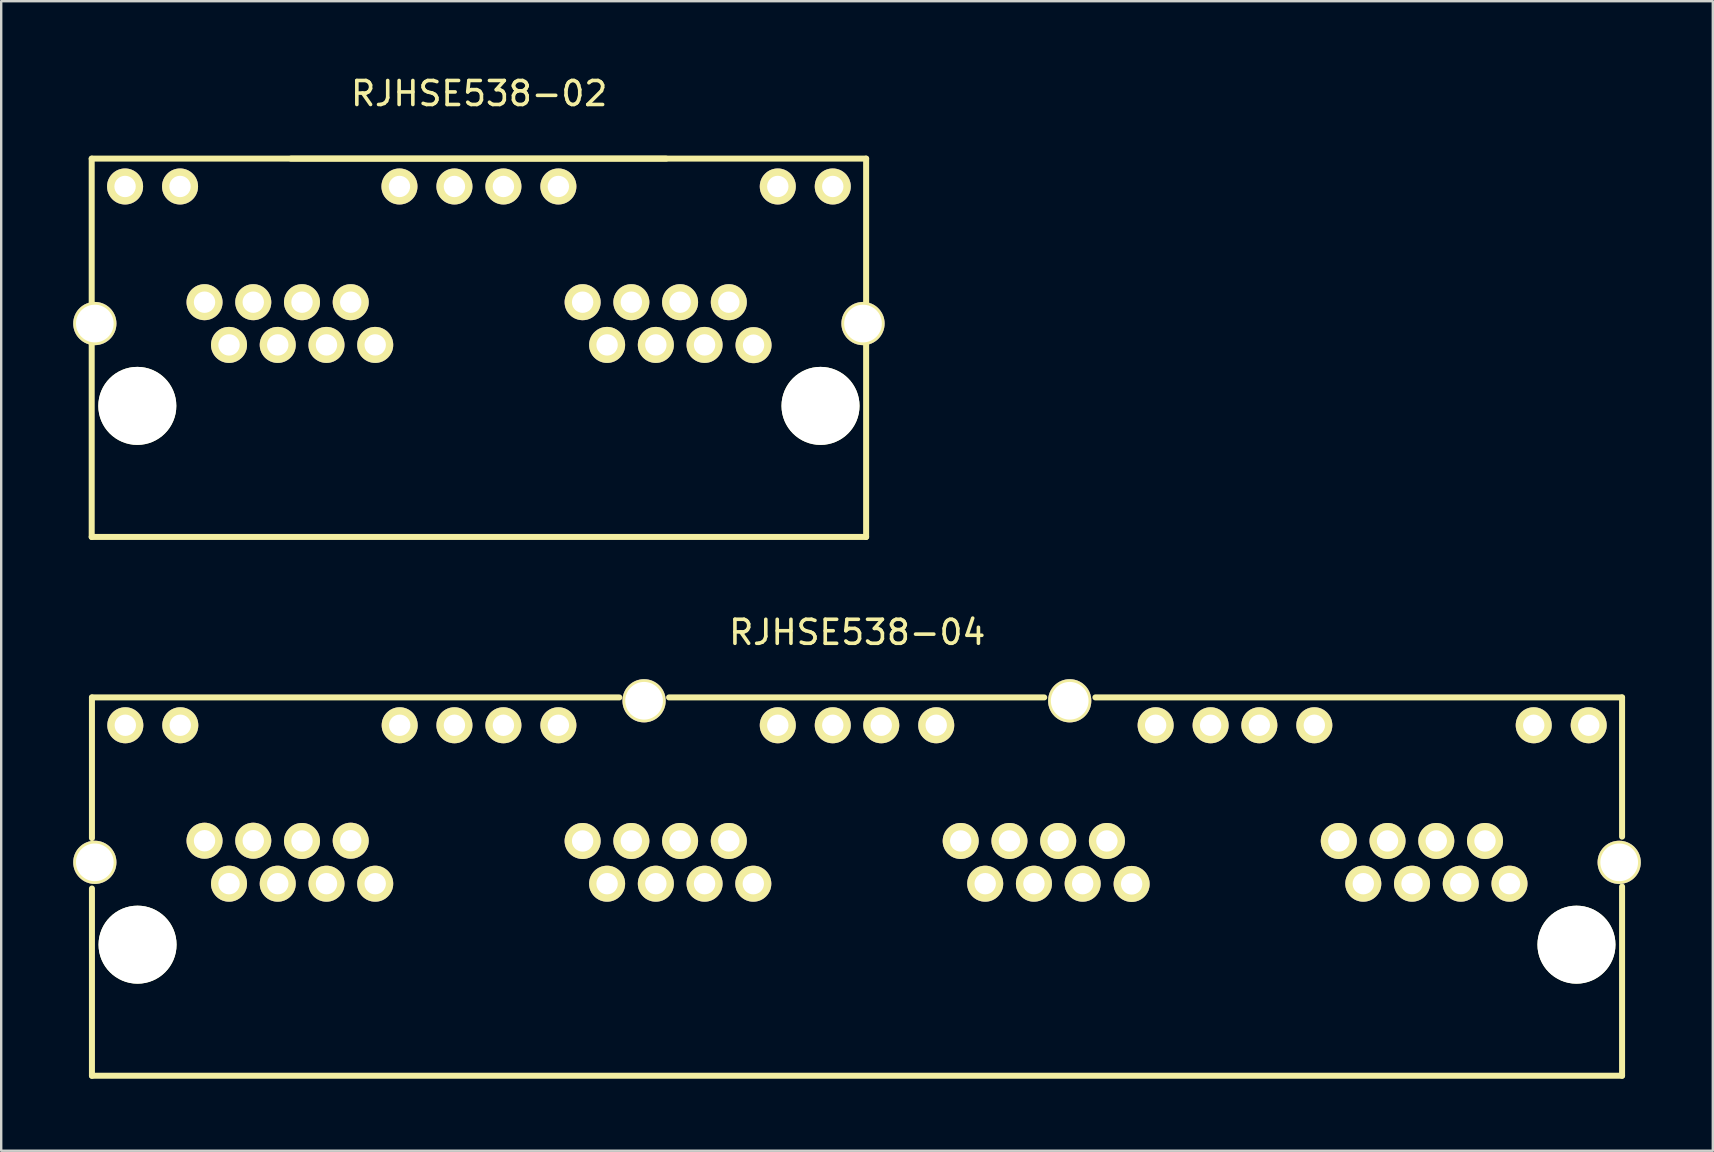
<source format=kicad_pcb>
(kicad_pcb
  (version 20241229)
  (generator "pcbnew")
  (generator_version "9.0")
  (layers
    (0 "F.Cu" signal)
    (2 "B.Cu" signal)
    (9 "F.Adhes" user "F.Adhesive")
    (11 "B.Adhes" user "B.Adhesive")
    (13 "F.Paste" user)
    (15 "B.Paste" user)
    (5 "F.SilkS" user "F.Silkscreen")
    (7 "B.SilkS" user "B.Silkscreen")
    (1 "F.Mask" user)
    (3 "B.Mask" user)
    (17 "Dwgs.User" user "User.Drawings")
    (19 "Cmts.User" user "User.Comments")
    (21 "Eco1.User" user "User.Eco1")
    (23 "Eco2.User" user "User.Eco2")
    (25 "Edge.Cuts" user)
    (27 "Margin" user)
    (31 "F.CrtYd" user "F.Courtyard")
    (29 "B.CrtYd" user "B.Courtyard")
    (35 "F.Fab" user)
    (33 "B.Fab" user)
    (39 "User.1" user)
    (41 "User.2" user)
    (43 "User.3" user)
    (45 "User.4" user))
  (footprint "RJHSE538-04"
    (layer "F.Cu")
    (at 32.65 33.882)
    (property "Reference" "RJHSE538-04" (at 0.01 -10.59 0) (layer "F.SilkS") (effects (font (size 1 1) (thickness 0.15))))
    (attr through_hole)
    (fp_line (start -31.87 -7.88) (end -9.9 -7.88) (stroke (width 0.25) (type solid)) (layer "F.SilkS"))
    (fp_line (start -31.87 -2.02) (end -31.87 -7.88) (stroke (width 0.25) (type solid)) (layer "F.SilkS"))
    (fp_line (start -31.87 7.88) (end -31.87 0.08) (stroke (width 0.25) (type solid)) (layer "F.SilkS"))
    (fp_line (start -31.87 7.88) (end 31.87 7.88) (stroke (width 0.12) (type solid)) (layer "F.SilkS"))
    (fp_line (start -7.83 -7.88) (end 7.8 -7.88) (stroke (width 0.25) (type solid)) (layer "F.SilkS"))
    (fp_line (start 9.93 -7.88) (end 31.87 -7.88) (stroke (width 0.25) (type solid)) (layer "F.SilkS"))
    (fp_line (start 31.87 -7.88) (end 31.87 -2.08) (stroke (width 0.25) (type solid)) (layer "F.SilkS"))
    (fp_line (start 31.87 0) (end 31.87 7.88) (stroke (width 0.25) (type solid)) (layer "F.SilkS"))
    (fp_line (start 31.87 7.88) (end -31.87 7.88) (stroke (width 0.25) (type solid)) (layer "F.SilkS"))
    (pad "" np_thru_hole circle (at -29.97 2.42) (size 3.25 3.25) (drill 3.25) (layers "*.Cu" "*.Mask" "F.SilkS"))
    (pad "" np_thru_hole circle (at 29.97 2.42) (size 3.25 3.25) (drill 3.25) (layers "*.Cu" "*.Mask" "F.SilkS"))
    (pad "1" thru_hole circle (at 27.18 -0.12) (size 1.5 1.5) (drill 0.89) (layers "*.Cu" "*.Mask" "F.SilkS"))
    (pad "2" thru_hole circle (at 26.16 -1.9) (size 1.5 1.5) (drill 0.89) (layers "*.Cu" "*.Mask" "F.SilkS"))
    (pad "3" thru_hole circle (at 25.15 -0.12) (size 1.5 1.5) (drill 0.89) (layers "*.Cu" "*.Mask" "F.SilkS"))
    (pad "4" thru_hole circle (at 24.13 -1.9) (size 1.5 1.5) (drill 0.89) (layers "*.Cu" "*.Mask" "F.SilkS"))
    (pad "5" thru_hole circle (at 23.12 -0.12) (size 1.5 1.5) (drill 0.89) (layers "*.Cu" "*.Mask" "F.SilkS"))
    (pad "6" thru_hole circle (at 22.1 -1.9) (size 1.5 1.5) (drill 0.89) (layers "*.Cu" "*.Mask" "F.SilkS"))
    (pad "7" thru_hole circle (at 21.09 -0.12) (size 1.5 1.5) (drill 0.89) (layers "*.Cu" "*.Mask" "F.SilkS"))
    (pad "8" thru_hole circle (at 20.07 -1.9) (size 1.5 1.5) (drill 0.89) (layers "*.Cu" "*.Mask" "F.SilkS"))
    (pad "11" thru_hole circle (at 11.44 -0.11) (size 1.5 1.5) (drill 0.89) (layers "*.Cu" "*.Mask" "F.SilkS"))
    (pad "12" thru_hole circle (at 10.41 -1.9) (size 1.5 1.5) (drill 0.89) (layers "*.Cu" "*.Mask" "F.SilkS"))
    (pad "13" thru_hole circle (at 9.4 -0.12) (size 1.5 1.5) (drill 0.89) (layers "*.Cu" "*.Mask" "F.SilkS"))
    (pad "14" thru_hole circle (at 8.38 -1.9) (size 1.5 1.5) (drill 0.89) (layers "*.Cu" "*.Mask" "F.SilkS"))
    (pad "15" thru_hole circle (at 7.37 -0.12) (size 1.5 1.5) (drill 0.89) (layers "*.Cu" "*.Mask" "F.SilkS"))
    (pad "16" thru_hole circle (at 6.35 -1.9) (size 1.5 1.5) (drill 0.89) (layers "*.Cu" "*.Mask" "F.SilkS"))
    (pad "17" thru_hole circle (at 5.34 -0.12) (size 1.5 1.5) (drill 0.89) (layers "*.Cu" "*.Mask" "F.SilkS"))
    (pad "18" thru_hole circle (at 4.32 -1.9) (size 1.5 1.5) (drill 0.89) (layers "*.Cu" "*.Mask" "F.SilkS"))
    (pad "19" thru_hole circle (at 14.73 -6.72) (size 1.5 1.5) (drill 0.89) (layers "*.Cu" "*.Mask" "F.SilkS"))
    (pad "21" thru_hole circle (at -4.32 -0.12) (size 1.5 1.5) (drill 0.89) (layers "*.Cu" "*.Mask" "F.SilkS"))
    (pad "22" thru_hole circle (at -5.34 -1.9) (size 1.5 1.5) (drill 0.89) (layers "*.Cu" "*.Mask" "F.SilkS"))
    (pad "23" thru_hole circle (at -6.35 -0.12) (size 1.5 1.5) (drill 0.89) (layers "*.Cu" "*.Mask" "F.SilkS"))
    (pad "24" thru_hole circle (at -7.37 -1.9) (size 1.5 1.5) (drill 0.89) (layers "*.Cu" "*.Mask" "F.SilkS"))
    (pad "25" thru_hole circle (at -8.38 -0.12) (size 1.5 1.5) (drill 0.89) (layers "*.Cu" "*.Mask" "F.SilkS"))
    (pad "26" thru_hole circle (at -9.4 -1.9) (size 1.5 1.5) (drill 0.89) (layers "*.Cu" "*.Mask" "F.SilkS"))
    (pad "27" thru_hole circle (at -10.41 -0.12) (size 1.5 1.5) (drill 0.89) (layers "*.Cu" "*.Mask" "F.SilkS"))
    (pad "28" thru_hole circle (at -11.43 -1.9) (size 1.5 1.5) (drill 0.89) (layers "*.Cu" "*.Mask" "F.SilkS"))
    (pad "29" thru_hole circle (at -1.01 -6.72) (size 1.5 1.5) (drill 0.89) (layers "*.Cu" "*.Mask" "F.SilkS"))
    (pad "31" thru_hole circle (at -20.07 -0.12) (size 1.5 1.5) (drill 0.89) (layers "*.Cu" "*.Mask" "F.SilkS"))
    (pad "32" thru_hole circle (at -21.09 -1.91) (size 1.5 1.5) (drill 0.89) (layers "*.Cu" "*.Mask" "F.SilkS"))
    (pad "33" thru_hole circle (at -22.1 -0.12) (size 1.5 1.5) (drill 0.89) (layers "*.Cu" "*.Mask" "F.SilkS"))
    (pad "34" thru_hole circle (at -23.12 -1.9) (size 1.5 1.5) (drill 0.89) (layers "*.Cu" "*.Mask" "F.SilkS"))
    (pad "35" thru_hole circle (at -24.13 -0.12) (size 1.5 1.5) (drill 0.89) (layers "*.Cu" "*.Mask" "F.SilkS"))
    (pad "36" thru_hole circle (at -25.15 -1.91) (size 1.5 1.5) (drill 0.89) (layers "*.Cu" "*.Mask" "F.SilkS"))
    (pad "37" thru_hole circle (at -26.16 -0.12) (size 1.5 1.5) (drill 0.89) (layers "*.Cu" "*.Mask" "F.SilkS"))
    (pad "38" thru_hole circle (at -27.18 -1.91) (size 1.5 1.5) (drill 0.89) (layers "*.Cu" "*.Mask" "F.SilkS"))
    (pad "39" thru_hole circle (at -16.77 -6.72) (size 1.5 1.5) (drill 0.89) (layers "*.Cu" "*.Mask" "F.SilkS"))
    (pad "41" thru_hole circle (at 31.75 -1.01) (size 1.8 1.8) (drill 1.57) (layers "*.Cu" "*.Mask" "F.SilkS"))
    (pad "42" thru_hole circle (at 8.86 -7.74) (size 1.8 1.8) (drill 1.57) (layers "*.Cu" "*.Mask" "F.SilkS"))
    (pad "43" thru_hole circle (at -8.87 -7.74) (size 1.8 1.8) (drill 1.57) (layers "*.Cu" "*.Mask" "F.SilkS"))
    (pad "44" thru_hole circle (at -31.75 -1.01) (size 1.8 1.8) (drill 1.57) (layers "*.Cu" "*.Mask" "F.SilkS"))
    (pad "110" thru_hole circle (at 12.44 -6.72) (size 1.5 1.5) (drill 0.89) (layers "*.Cu" "*.Mask" "F.SilkS"))
    (pad "111" thru_hole circle (at 3.3 -6.72) (size 1.5 1.5) (drill 0.89) (layers "*.Cu" "*.Mask" "F.SilkS"))
    (pad "112" thru_hole circle (at 1.01 -6.72) (size 1.5 1.5) (drill 0.89) (layers "*.Cu" "*.Mask" "F.SilkS"))
    (pad "210" thru_hole circle (at -3.3 -6.72) (size 1.5 1.5) (drill 0.89) (layers "*.Cu" "*.Mask" "F.SilkS"))
    (pad "211" thru_hole circle (at -12.44 -6.72) (size 1.5 1.5) (drill 0.89) (layers "*.Cu" "*.Mask" "F.SilkS"))
    (pad "212" thru_hole circle (at -14.73 -6.72) (size 1.5 1.5) (drill 0.89) (layers "*.Cu" "*.Mask" "F.SilkS"))
    (pad "310" thru_hole circle (at -19.05 -6.72) (size 1.5 1.5) (drill 0.89) (layers "*.Cu" "*.Mask" "F.SilkS"))
    (pad "311" thru_hole circle (at -28.19 -6.72) (size 1.5 1.5) (drill 0.89) (layers "*.Cu" "*.Mask" "F.SilkS"))
    (pad "312" thru_hole circle (at -30.48 -6.72) (size 1.5 1.5) (drill 0.89) (layers "*.Cu" "*.Mask" "F.SilkS"))
    (pad "L9" thru_hole circle (at 30.48 -6.72) (size 1.5 1.5) (drill 0.89) (layers "*.Cu" "*.Mask" "F.SilkS"))
    (pad "L10" thru_hole circle (at 28.19 -6.72) (size 1.5 1.5) (drill 0.89) (layers "*.Cu" "*.Mask" "F.SilkS"))
    (pad "L11" thru_hole circle (at 19.05 -6.72) (size 1.5 1.5) (drill 0.89) (layers "*.Cu" "*.Mask" "F.SilkS"))
    (pad "L12" thru_hole circle (at 16.76 -6.72) (size 1.5 1.5) (drill 0.89) (layers "*.Cu" "*.Mask" "F.SilkS")))
  (footprint "RJHSE538-02"
    (layer "F.Cu")
    (at 16.9 11.438)
    (property "Reference" "RJHSE538-02" (at 0.01 -10.59 0) (layer "F.SilkS") (effects (font (size 1 1) (thickness 0.15))))
    (attr through_hole)
    (fp_line (start -16.13 -7.88) (end 16.13 -7.88) (stroke (width 0.25) (type solid)) (layer "F.SilkS"))
    (fp_line (start -16.13 7.88) (end -16.13 -7.88) (stroke (width 0.25) (type solid)) (layer "F.SilkS"))
    (fp_line (start -7.83 -7.88) (end 7.8 -7.88) (stroke (width 0.25) (type solid)) (layer "F.SilkS"))
    (fp_line (start 16.13 -7.88) (end 16.13 7.88) (stroke (width 0.25) (type solid)) (layer "F.SilkS"))
    (fp_line (start 16.13 7.88) (end -16.13 7.88) (stroke (width 0.25) (type solid)) (layer "F.SilkS"))
    (pad "" np_thru_hole circle (at -14.23 2.42) (size 3.25 3.25) (drill 3.25) (layers "*.Cu" "*.Mask" "F.SilkS"))
    (pad "" np_thru_hole circle (at 14.23 2.42) (size 3.25 3.25) (drill 3.25) (layers "*.Cu" "*.Mask" "F.SilkS"))
    (pad "11" thru_hole circle (at 11.44 -0.11) (size 1.5 1.5) (drill 0.89) (layers "*.Cu" "*.Mask" "F.SilkS"))
    (pad "12" thru_hole circle (at 10.41 -1.9) (size 1.5 1.5) (drill 0.89) (layers "*.Cu" "*.Mask" "F.SilkS"))
    (pad "13" thru_hole circle (at 9.4 -0.12) (size 1.5 1.5) (drill 0.89) (layers "*.Cu" "*.Mask" "F.SilkS"))
    (pad "14" thru_hole circle (at 8.38 -1.9) (size 1.5 1.5) (drill 0.89) (layers "*.Cu" "*.Mask" "F.SilkS"))
    (pad "15" thru_hole circle (at 7.37 -0.12) (size 1.5 1.5) (drill 0.89) (layers "*.Cu" "*.Mask" "F.SilkS"))
    (pad "16" thru_hole circle (at 6.35 -1.9) (size 1.5 1.5) (drill 0.89) (layers "*.Cu" "*.Mask" "F.SilkS"))
    (pad "17" thru_hole circle (at 5.34 -0.12) (size 1.5 1.5) (drill 0.89) (layers "*.Cu" "*.Mask" "F.SilkS"))
    (pad "18" thru_hole circle (at 4.32 -1.9) (size 1.5 1.5) (drill 0.89) (layers "*.Cu" "*.Mask" "F.SilkS"))
    (pad "19" thru_hole circle (at 14.74 -6.72) (size 1.5 1.5) (drill 0.89) (layers "*.Cu" "*.Mask" "F.SilkS"))
    (pad "21" thru_hole circle (at -4.32 -0.12) (size 1.5 1.5) (drill 0.89) (layers "*.Cu" "*.Mask" "F.SilkS"))
    (pad "22" thru_hole circle (at -5.34 -1.9) (size 1.5 1.5) (drill 0.89) (layers "*.Cu" "*.Mask" "F.SilkS"))
    (pad "23" thru_hole circle (at -6.35 -0.12) (size 1.5 1.5) (drill 0.89) (layers "*.Cu" "*.Mask" "F.SilkS"))
    (pad "24" thru_hole circle (at -7.37 -1.9) (size 1.5 1.5) (drill 0.89) (layers "*.Cu" "*.Mask" "F.SilkS"))
    (pad "25" thru_hole circle (at -8.38 -0.12) (size 1.5 1.5) (drill 0.89) (layers "*.Cu" "*.Mask" "F.SilkS"))
    (pad "26" thru_hole circle (at -9.4 -1.9) (size 1.5 1.5) (drill 0.89) (layers "*.Cu" "*.Mask" "F.SilkS"))
    (pad "27" thru_hole circle (at -10.41 -0.12) (size 1.5 1.5) (drill 0.89) (layers "*.Cu" "*.Mask" "F.SilkS"))
    (pad "28" thru_hole circle (at -11.43 -1.9) (size 1.5 1.5) (drill 0.89) (layers "*.Cu" "*.Mask" "F.SilkS"))
    (pad "29" thru_hole circle (at -1.02 -6.72) (size 1.5 1.5) (drill 0.89) (layers "*.Cu" "*.Mask" "F.SilkS"))
    (pad "41" thru_hole circle (at 16 -1.01) (size 1.8 1.8) (drill 1.57) (layers "*.Cu" "*.Mask" "F.SilkS"))
    (pad "44" thru_hole circle (at -16 -1.01) (size 1.8 1.8) (drill 1.57) (layers "*.Cu" "*.Mask" "F.SilkS"))
    (pad "110" thru_hole circle (at 12.45 -6.72) (size 1.5 1.5) (drill 0.89) (layers "*.Cu" "*.Mask" "F.SilkS"))
    (pad "111" thru_hole circle (at 3.31 -6.72) (size 1.5 1.5) (drill 0.89) (layers "*.Cu" "*.Mask" "F.SilkS"))
    (pad "112" thru_hole circle (at 1.02 -6.72) (size 1.5 1.5) (drill 0.89) (layers "*.Cu" "*.Mask" "F.SilkS"))
    (pad "210" thru_hole circle (at -3.31 -6.72) (size 1.5 1.5) (drill 0.89) (layers "*.Cu" "*.Mask" "F.SilkS"))
    (pad "211" thru_hole circle (at -12.45 -6.72) (size 1.5 1.5) (drill 0.89) (layers "*.Cu" "*.Mask" "F.SilkS"))
    (pad "212" thru_hole circle (at -14.74 -6.72) (size 1.5 1.5) (drill 0.89) (layers "*.Cu" "*.Mask" "F.SilkS")))
  (gr_rect
    (start -3 -3)
    (end 68.3 44.886)
    (stroke (width 0.1) (type default))
    (fill no)
    (layer "Edge.Cuts")))
</source>
